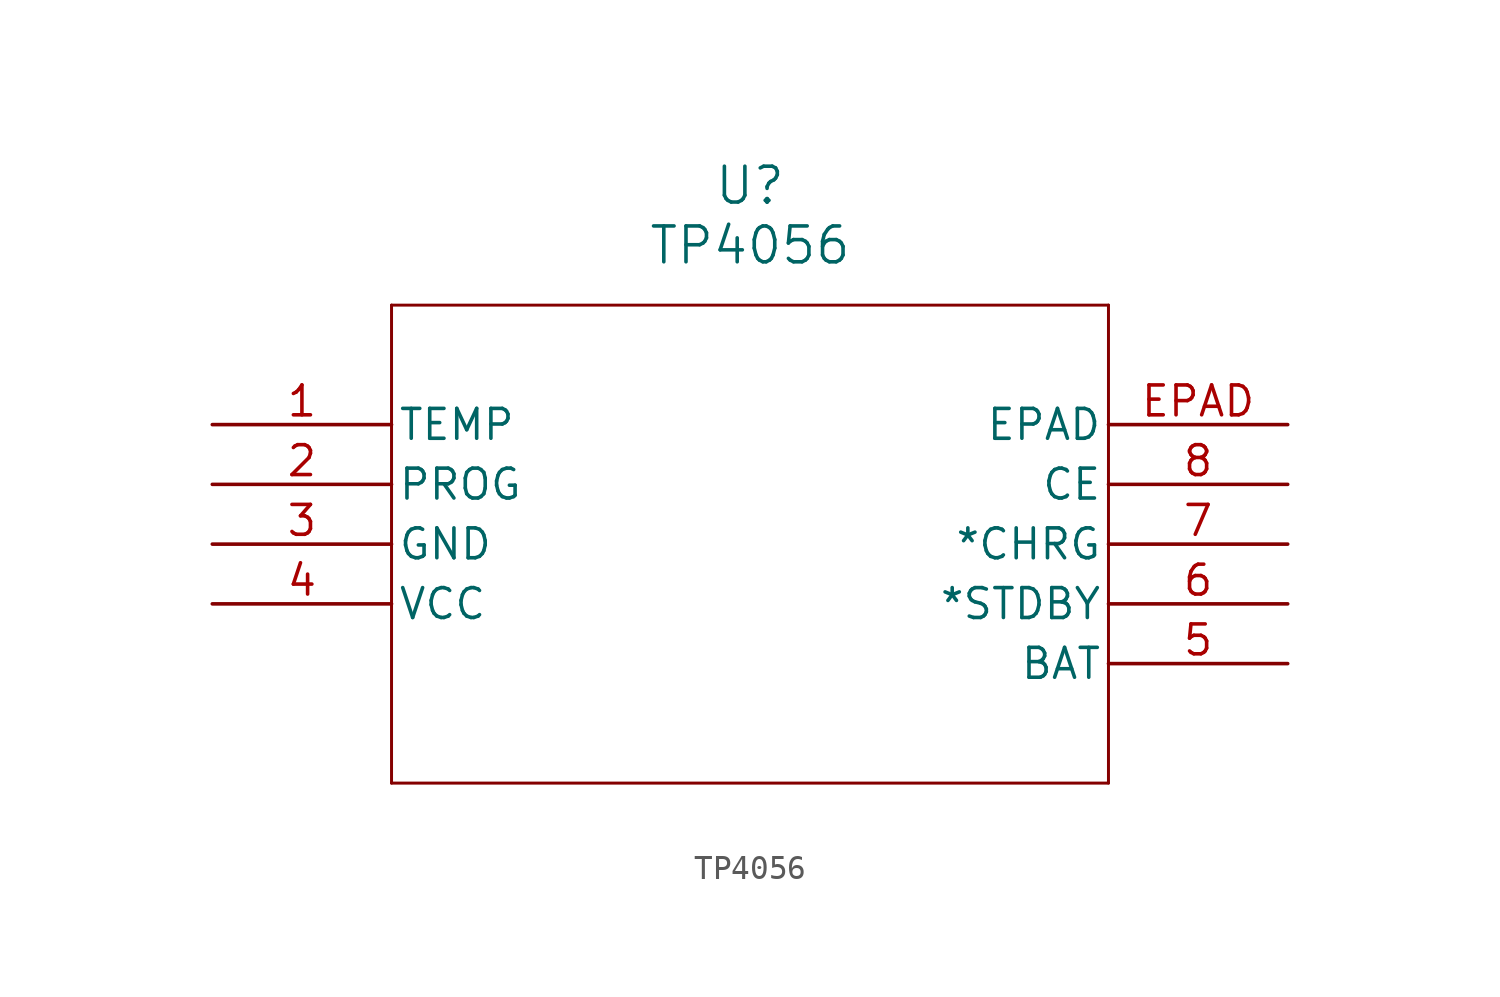
<source format=kicad_sym>
(kicad_symbol_lib
  (version 20211014)
  (generator kicad_symbol_editor)
  (symbol "TP4056"
    (pin_names
      (offset 0.254))
    (property "Reference" "U"
      (at 22.86 10.16 0)
      (effects (font (size 1.524 1.524))))
    (property "Value" "TP4056"
      (at 22.86 7.62 0)
      (effects (font (size 1.524 1.524))))
    (symbol "TP4056_0_1"
      (polyline (pts (xy 7.62 5.08) (xy 7.62 -15.24)) (stroke (width 0.127) (type default) (color 0 0 0 0)) (fill (type none)))
      (polyline (pts (xy 7.62 -15.24) (xy 38.1 -15.24)) (stroke (width 0.127) (type default) (color 0 0 0 0)) (fill (type none)))
      (polyline (pts (xy 38.1 -15.24) (xy 38.1 5.08)) (stroke (width 0.127) (type default) (color 0 0 0 0)) (fill (type none)))
      (polyline (pts (xy 38.1 5.08) (xy 7.62 5.08)) (stroke (width 0.127) (type default) (color 0 0 0 0)) (fill (type none)))
      (pin input line (at 0 0 0) (length 7.62) (name "TEMP" (effects (font (size 1.27 1.27)))) (number "1" (effects (font (size 1.27 1.27)))))
      (pin unspecified line (at 0 -2.54 0) (length 7.62) (name "PROG" (effects (font (size 1.27 1.27)))) (number "2" (effects (font (size 1.27 1.27)))))
      (pin power_out line (at 0 -5.08 0) (length 7.62) (name "GND" (effects (font (size 1.27 1.27)))) (number "3" (effects (font (size 1.27 1.27)))))
      (pin power_in line (at 0 -7.62 0) (length 7.62) (name "VCC" (effects (font (size 1.27 1.27)))) (number "4" (effects (font (size 1.27 1.27)))))
      (pin power_in line (at 45.72 -10.16 180) (length 7.62) (name "BAT" (effects (font (size 1.27 1.27)))) (number "5" (effects (font (size 1.27 1.27)))))
      (pin unspecified line (at 45.72 -7.62 180) (length 7.62) (name "*STDBY" (effects (font (size 1.27 1.27)))) (number "6" (effects (font (size 1.27 1.27)))))
      (pin unspecified line (at 45.72 -5.08 180) (length 7.62) (name "*CHRG" (effects (font (size 1.27 1.27)))) (number "7" (effects (font (size 1.27 1.27)))))
      (pin input line (at 45.72 -2.54 180) (length 7.62) (name "CE" (effects (font (size 1.27 1.27)))) (number "8" (effects (font (size 1.27 1.27)))))
      (pin unspecified line (at 45.72 0 180) (length 7.62) (name "EPAD" (effects (font (size 1.27 1.27)))) (number "EPAD" (effects (font (size 1.27 1.27))))))))
</source>
